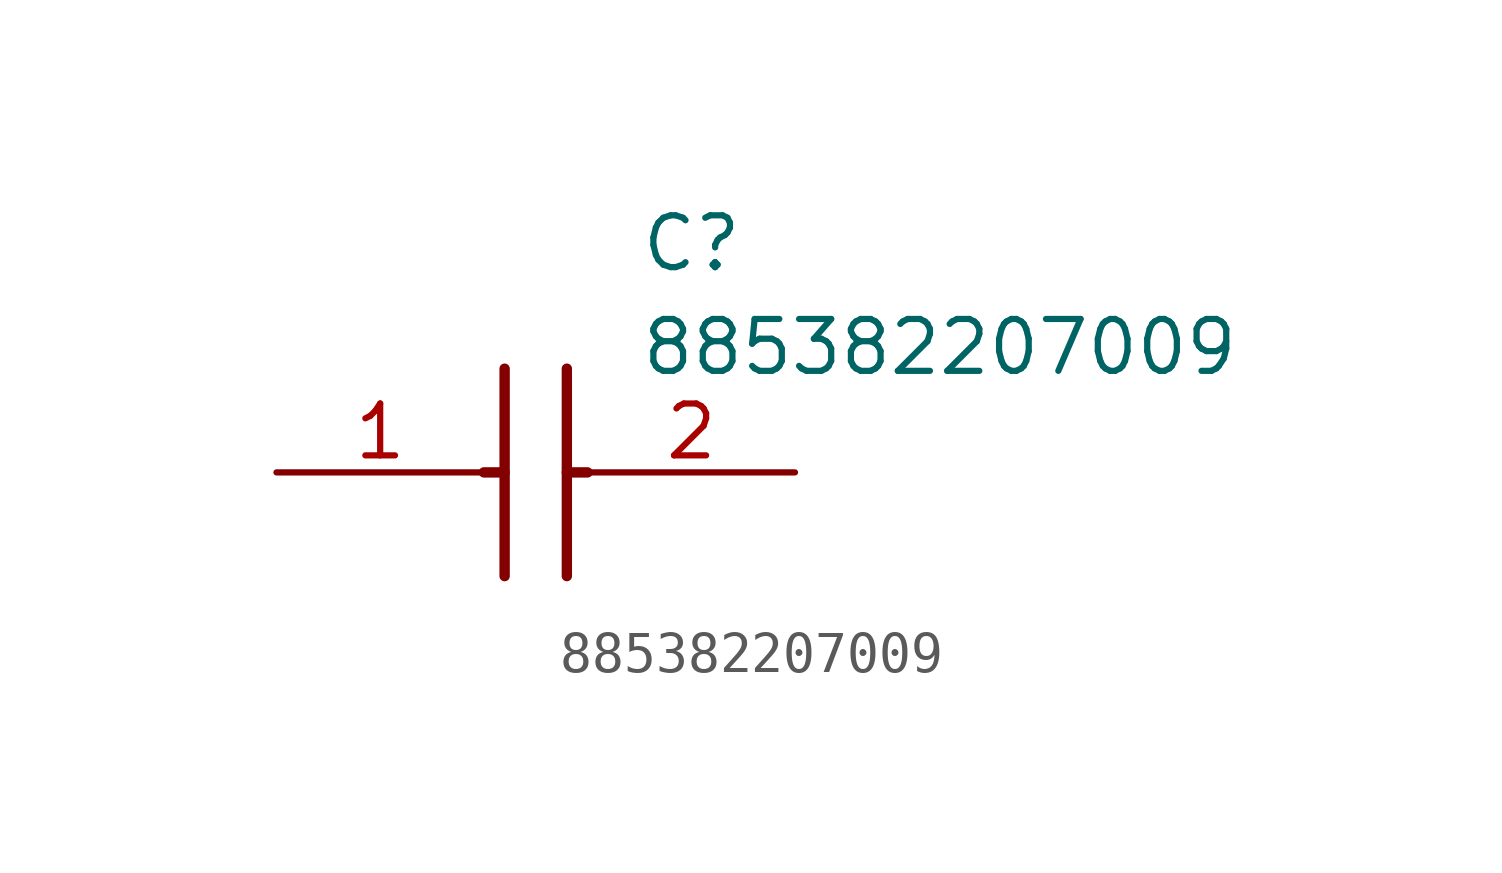
<source format=kicad_sym>
(kicad_symbol_lib
  (version 20211014)
  (generator SamacSys_ECAD_Model)
  (symbol "885382207009"
    (pin_names hide)
    (property "Reference" "C"
      (at 8.89 6.35 0)
      (effects (font (size 1.27 1.27)) (justify left top)))
    (property "Value" "885382207009"
      (at 8.89 3.81 0)
      (effects (font (size 1.27 1.27)) (justify left top)))
    (polyline
      (pts (xy 5.588 2.54) (xy 5.588 -2.54))
      (stroke (width 0.254) (type default))
      (fill (type none)))
    (polyline
      (pts (xy 7.112 2.54) (xy 7.112 -2.54))
      (stroke (width 0.254) (type default))
      (fill (type none)))
    (polyline
      (pts (xy 5.08 0) (xy 5.588 0))
      (stroke (width 0.254) (type default))
      (fill (type none)))
    (polyline
      (pts (xy 7.112 0) (xy 7.62 0))
      (stroke (width 0.254) (type default))
      (fill (type none)))
    (pin passive line
      (at 0 0 0)
      (length 5.08)
      (name "1" (effects (font (size 1.27 1.27))))
      (number "1" (effects (font (size 1.27 1.27)))))
    (pin passive line
      (at 12.7 0 180)
      (length 5.08)
      (name "2" (effects (font (size 1.27 1.27))))
      (number "2" (effects (font (size 1.27 1.27)))))))
</source>
